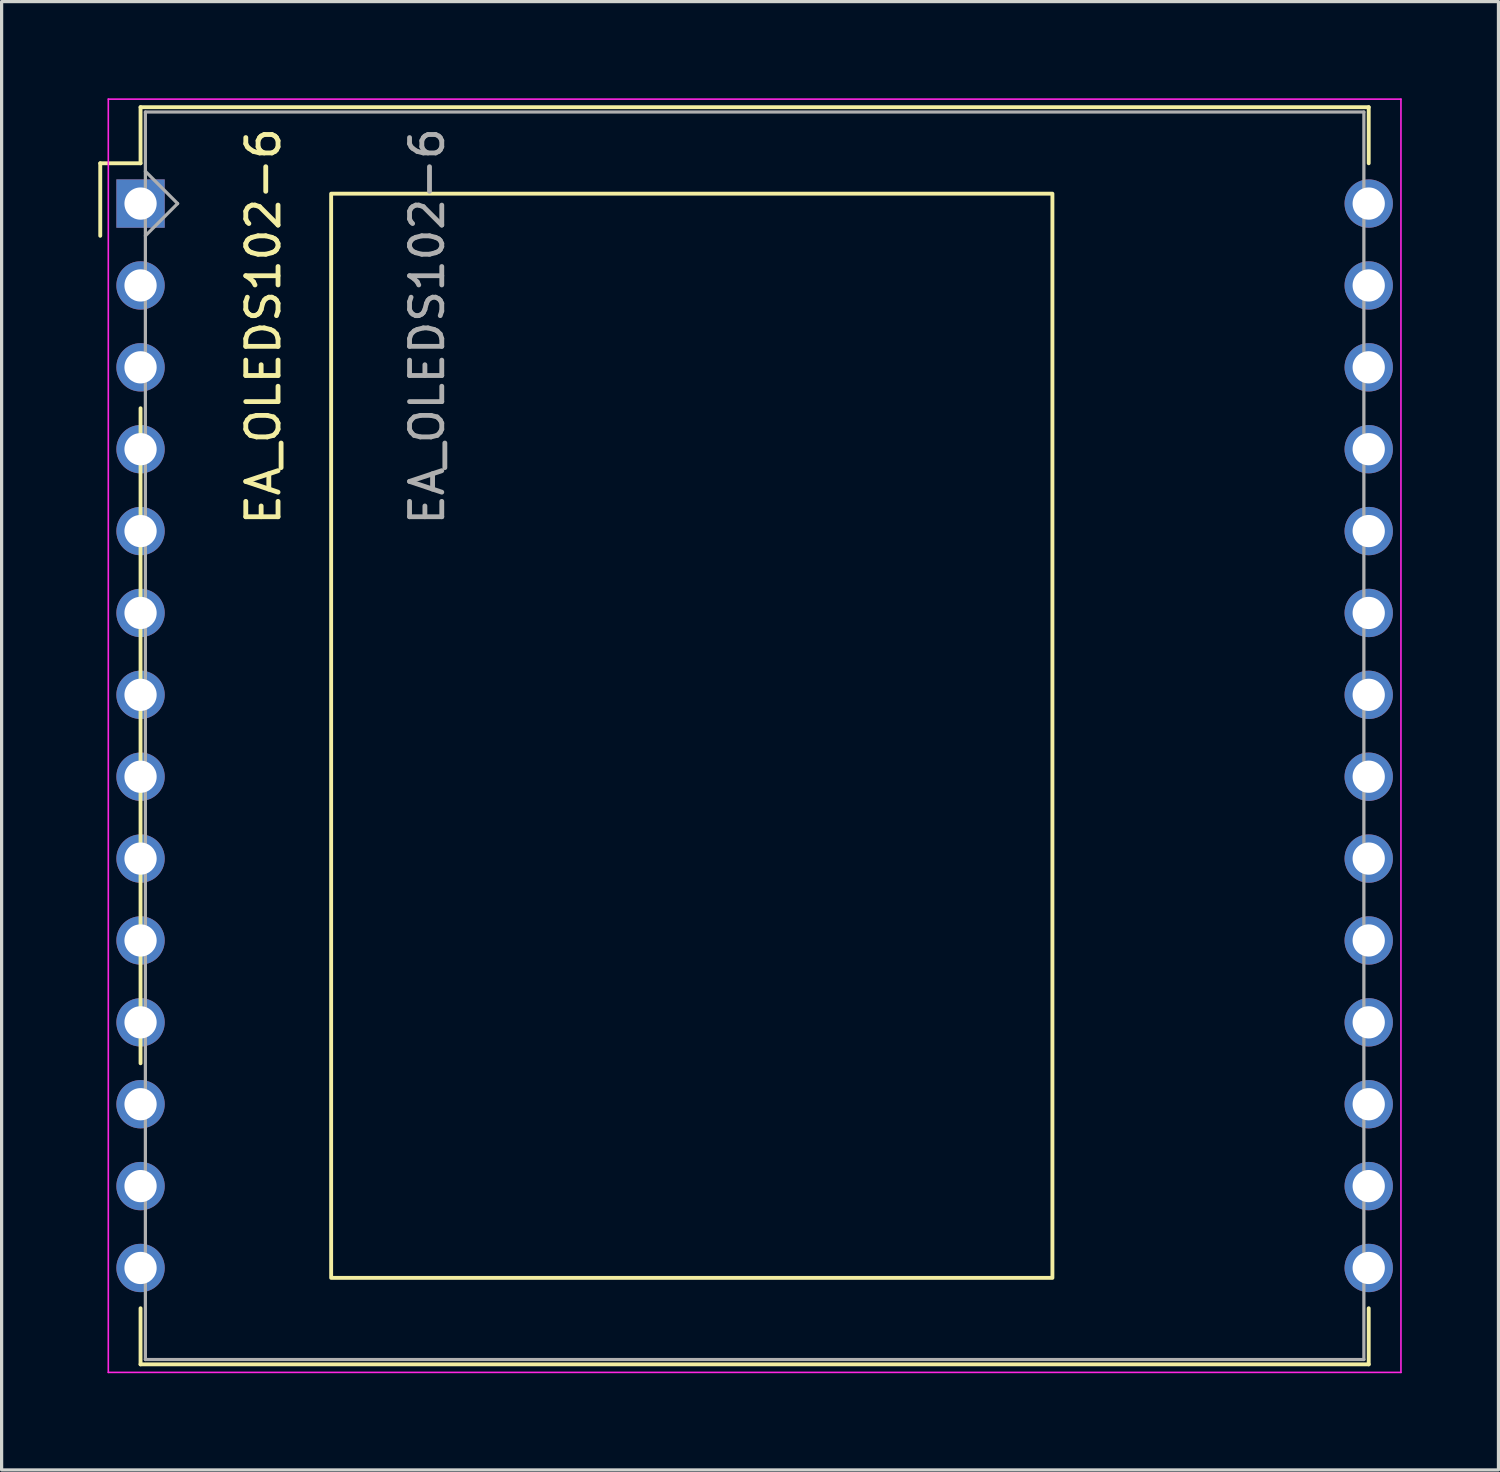
<source format=kicad_pcb>
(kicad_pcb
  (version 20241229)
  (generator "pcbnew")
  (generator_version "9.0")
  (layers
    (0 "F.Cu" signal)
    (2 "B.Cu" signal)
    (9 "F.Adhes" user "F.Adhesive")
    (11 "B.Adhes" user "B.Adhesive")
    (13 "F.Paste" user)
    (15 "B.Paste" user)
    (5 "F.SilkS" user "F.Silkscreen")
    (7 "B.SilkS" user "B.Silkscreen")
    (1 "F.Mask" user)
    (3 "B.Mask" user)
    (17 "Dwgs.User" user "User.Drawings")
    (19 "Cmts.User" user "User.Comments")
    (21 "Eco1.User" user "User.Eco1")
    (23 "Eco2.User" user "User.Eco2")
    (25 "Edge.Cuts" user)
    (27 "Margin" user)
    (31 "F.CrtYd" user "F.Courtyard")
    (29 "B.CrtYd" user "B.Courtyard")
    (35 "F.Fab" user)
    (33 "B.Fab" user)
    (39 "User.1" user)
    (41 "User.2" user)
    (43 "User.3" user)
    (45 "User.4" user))
  (footprint "EA_OLEDS102-6"
    (layer "F.Cu")
    (at 20.36 19.775)
    (property "Reference" "EA_OLEDS102-6" (at -15.24 -12.7 270) (layer "F.SilkS") (effects (font (size 1 1) (thickness 0.15))))
    (attr through_hole)
    (fp_line (start -20.3 -17.76) (end -20.3 -15.51) (stroke (width 0.12) (type solid)) (layer "F.SilkS"))
    (fp_line (start -20.3 -17.76) (end -19.05 -17.76) (stroke (width 0.12) (type solid)) (layer "F.SilkS"))
    (fp_line (start -19.05 -19.5) (end 19.05 -19.5) (stroke (width 0.12) (type solid)) (layer "F.SilkS"))
    (fp_line (start -19.05 -17.76) (end -19.05 -19.5) (stroke (width 0.12) (type solid)) (layer "F.SilkS"))
    (fp_line (start -19.05 -10.16) (end -19.05 10.16) (stroke (width 0.12) (type solid)) (layer "F.SilkS"))
    (fp_line (start -19.05 17.76) (end -19.05 19.5) (stroke (width 0.12) (type solid)) (layer "F.SilkS"))
    (fp_line (start 19.05 -17.76) (end 19.05 -19.5) (stroke (width 0.12) (type solid)) (layer "F.SilkS"))
    (fp_line (start 19.05 19.5) (end -19.05 19.5) (stroke (width 0.12) (type solid)) (layer "F.SilkS"))
    (fp_line (start 19.05 19.5) (end 19.05 17.76) (stroke (width 0.12) (type solid)) (layer "F.SilkS"))
    (fp_rect (start -13.137 -16.817) (end 9.238 16.817) (stroke (width 0.12) (type solid)) (fill no) (layer "F.SilkS"))
    (fp_line (start -20.05 -19.75) (end 20.05 -19.75) (stroke (width 0.05) (type solid)) (layer "F.CrtYd"))
    (fp_line (start -20.05 19.75) (end -20.05 -19.75) (stroke (width 0.05) (type solid)) (layer "F.CrtYd"))
    (fp_line (start 20.05 -19.75) (end 20.05 19.75) (stroke (width 0.05) (type solid)) (layer "F.CrtYd"))
    (fp_line (start 20.05 19.75) (end -20.05 19.75) (stroke (width 0.05) (type solid)) (layer "F.CrtYd"))
    (fp_line (start -18.9 -19.35) (end -18.9 19.35) (stroke (width 0.1) (type solid)) (layer "F.Fab"))
    (fp_line (start -18.9 -19.35) (end 18.9 -19.35) (stroke (width 0.1) (type solid)) (layer "F.Fab"))
    (fp_line (start -18.9 -17.51) (end -17.9 -16.51) (stroke (width 0.1) (type solid)) (layer "F.Fab"))
    (fp_line (start -17.9 -16.51) (end -18.9 -15.51) (stroke (width 0.1) (type solid)) (layer "F.Fab"))
    (fp_line (start 18.9 -19.35) (end 18.9 19.35) (stroke (width 0.1) (type solid)) (layer "F.Fab"))
    (fp_line (start 18.9 19.35) (end -18.9 19.35) (stroke (width 0.1) (type solid)) (layer "F.Fab"))
    (fp_text user "${REFERENCE}" (at -10.16 -12.7 270) (layer "F.Fab") (effects (font (size 1 1) (thickness 0.15))))
    (pad "1" thru_hole rect (at -19.05 -16.51) (size 1.5 1.5) (drill 1) (layers "*.Cu" "*.Mask"))
    (pad "2" thru_hole circle (at -19.05 -13.97) (size 1.5 1.5) (drill 1) (layers "*.Cu" "*.Mask"))
    (pad "3" thru_hole circle (at -19.05 -11.43) (size 1.5 1.5) (drill 1) (layers "*.Cu" "*.Mask"))
    (pad "4" thru_hole circle (at -19.05 -8.89) (size 1.5 1.5) (drill 1) (layers "*.Cu" "*.Mask"))
    (pad "5" thru_hole circle (at -19.05 -6.35) (size 1.5 1.5) (drill 1) (layers "*.Cu" "*.Mask"))
    (pad "6" thru_hole circle (at -19.05 -3.81) (size 1.5 1.5) (drill 1) (layers "*.Cu" "*.Mask"))
    (pad "7" thru_hole circle (at -19.05 -1.27) (size 1.5 1.5) (drill 1) (layers "*.Cu" "*.Mask"))
    (pad "8" thru_hole circle (at -19.05 1.27) (size 1.5 1.5) (drill 1) (layers "*.Cu" "*.Mask"))
    (pad "9" thru_hole circle (at -19.05 3.81) (size 1.5 1.5) (drill 1) (layers "*.Cu" "*.Mask"))
    (pad "10" thru_hole circle (at -19.05 6.35) (size 1.5 1.5) (drill 1) (layers "*.Cu" "*.Mask"))
    (pad "11" thru_hole circle (at -19.05 8.89) (size 1.5 1.5) (drill 1) (layers "*.Cu" "*.Mask"))
    (pad "12" thru_hole circle (at -19.05 11.43) (size 1.5 1.5) (drill 1) (layers "*.Cu" "*.Mask"))
    (pad "13" thru_hole circle (at -19.05 13.97) (size 1.5 1.5) (drill 1) (layers "*.Cu" "*.Mask"))
    (pad "14" thru_hole circle (at -19.05 16.51) (size 1.5 1.5) (drill 1) (layers "*.Cu" "*.Mask"))
    (pad "15" thru_hole circle (at 19.05 16.51) (size 1.5 1.5) (drill 1) (layers "*.Cu" "*.Mask"))
    (pad "16" thru_hole circle (at 19.05 13.97) (size 1.5 1.5) (drill 1) (layers "*.Cu" "*.Mask"))
    (pad "17" thru_hole circle (at 19.05 11.43) (size 1.5 1.5) (drill 1) (layers "*.Cu" "*.Mask"))
    (pad "18" thru_hole circle (at 19.05 8.89) (size 1.5 1.5) (drill 1) (layers "*.Cu" "*.Mask"))
    (pad "19" thru_hole circle (at 19.05 6.35) (size 1.5 1.5) (drill 1) (layers "*.Cu" "*.Mask"))
    (pad "20" thru_hole circle (at 19.05 3.81) (size 1.5 1.5) (drill 1) (layers "*.Cu" "*.Mask"))
    (pad "21" thru_hole circle (at 19.05 1.27) (size 1.5 1.5) (drill 1) (layers "*.Cu" "*.Mask"))
    (pad "22" thru_hole circle (at 19.05 -1.27) (size 1.5 1.5) (drill 1) (layers "*.Cu" "*.Mask"))
    (pad "23" thru_hole circle (at 19.05 -3.81) (size 1.5 1.5) (drill 1) (layers "*.Cu" "*.Mask"))
    (pad "24" thru_hole circle (at 19.05 -6.35) (size 1.5 1.5) (drill 1) (layers "*.Cu" "*.Mask"))
    (pad "25" thru_hole circle (at 19.05 -8.89) (size 1.5 1.5) (drill 1) (layers "*.Cu" "*.Mask"))
    (pad "26" thru_hole circle (at 19.05 -11.43) (size 1.5 1.5) (drill 1) (layers "*.Cu" "*.Mask"))
    (pad "27" thru_hole circle (at 19.05 -13.97) (size 1.5 1.5) (drill 1) (layers "*.Cu" "*.Mask"))
    (pad "28" thru_hole circle (at 19.05 -16.51) (size 1.5 1.5) (drill 1) (layers "*.Cu" "*.Mask")))
  (gr_rect
    (start -3 -3)
    (end 43.435 42.55)
    (stroke (width 0.1) (type default))
    (fill no)
    (layer "Edge.Cuts")))
</source>
